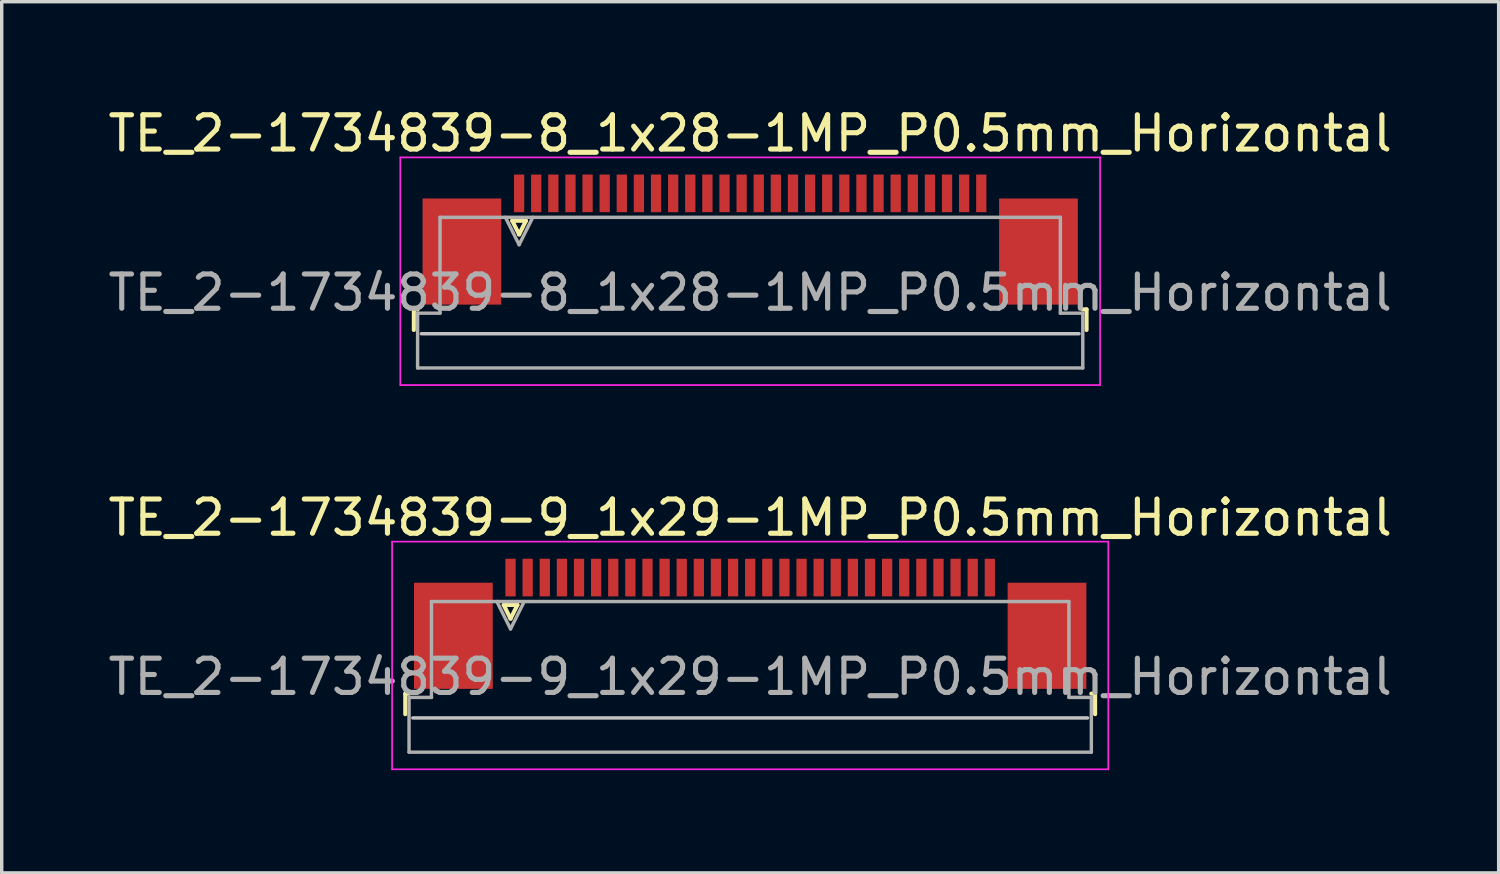
<source format=kicad_pcb>
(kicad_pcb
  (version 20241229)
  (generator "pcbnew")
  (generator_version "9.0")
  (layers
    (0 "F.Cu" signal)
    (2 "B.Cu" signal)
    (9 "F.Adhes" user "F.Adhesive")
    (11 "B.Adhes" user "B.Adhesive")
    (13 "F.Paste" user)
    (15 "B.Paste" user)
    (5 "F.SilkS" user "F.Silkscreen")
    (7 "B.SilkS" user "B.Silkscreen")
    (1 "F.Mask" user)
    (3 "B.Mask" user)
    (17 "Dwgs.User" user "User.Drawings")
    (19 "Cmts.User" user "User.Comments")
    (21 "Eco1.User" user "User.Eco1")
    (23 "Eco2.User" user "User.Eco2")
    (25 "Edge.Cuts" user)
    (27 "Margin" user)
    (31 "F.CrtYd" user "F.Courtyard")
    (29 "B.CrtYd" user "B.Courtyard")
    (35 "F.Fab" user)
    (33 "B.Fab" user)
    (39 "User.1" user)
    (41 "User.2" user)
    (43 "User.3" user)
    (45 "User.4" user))
  (footprint "TE_2-1734839-9_1x29-1MP_P0.5mm_Horizontal"
    (layer "F.Cu")
    (at 18.863 15.171)
    (property "Reference" "TE_2-1734839-9_1x29-1MP_P0.5mm_Horizontal" (at 0 -3.1 0) (layer "F.SilkS") (effects (font (size 1 1) (thickness 0.15))))
    (attr smd)
    (fp_line (start -10.075 2.04) (end -10.075 2.64) (stroke (width 0.12) (type solid)) (layer "F.SilkS"))
    (fp_line (start -9.965 2.04) (end -10.075 2.04) (stroke (width 0.12) (type solid)) (layer "F.SilkS"))
    (fp_line (start -7.2 -0.55) (end -7 -0.15) (stroke (width 0.12) (type solid)) (layer "F.SilkS"))
    (fp_line (start -7 -0.15) (end -6.8 -0.55) (stroke (width 0.12) (type solid)) (layer "F.SilkS"))
    (fp_line (start -6.8 -0.55) (end -7.2 -0.55) (stroke (width 0.12) (type solid)) (layer "F.SilkS"))
    (fp_line (start 9.965 2.04) (end 10.075 2.04) (stroke (width 0.12) (type solid)) (layer "F.SilkS"))
    (fp_line (start 10.075 2.04) (end 10.075 2.64) (stroke (width 0.12) (type solid)) (layer "F.SilkS"))
    (fp_line (start 9.855 2.75) (end -9.855 2.75) (stroke (width 0.1) (type solid)) (layer "Dwgs.User"))
    (fp_line (start -10.46 -2.4) (end -10.46 4.25) (stroke (width 0.05) (type solid)) (layer "F.CrtYd"))
    (fp_line (start -10.46 4.25) (end 10.46 4.25) (stroke (width 0.05) (type solid)) (layer "F.CrtYd"))
    (fp_line (start 10.46 -2.4) (end -10.46 -2.4) (stroke (width 0.05) (type solid)) (layer "F.CrtYd"))
    (fp_line (start 10.46 4.25) (end 10.46 -2.4) (stroke (width 0.05) (type solid)) (layer "F.CrtYd"))
    (fp_line (start -9.965 2.15) (end -9.31 2.15) (stroke (width 0.1) (type solid)) (layer "F.Fab"))
    (fp_line (start -9.965 3.75) (end -9.965 2.15) (stroke (width 0.1) (type solid)) (layer "F.Fab"))
    (fp_line (start -9.31 -0.65) (end 9.31 -0.65) (stroke (width 0.1) (type solid)) (layer "F.Fab"))
    (fp_line (start -9.31 2.15) (end -9.31 -0.65) (stroke (width 0.1) (type solid)) (layer "F.Fab"))
    (fp_line (start -7.4 -0.65) (end -7 0.15) (stroke (width 0.1) (type solid)) (layer "F.Fab"))
    (fp_line (start -7 0.15) (end -6.6 -0.65) (stroke (width 0.1) (type solid)) (layer "F.Fab"))
    (fp_line (start 9.31 -0.65) (end 9.31 2.15) (stroke (width 0.1) (type solid)) (layer "F.Fab"))
    (fp_line (start 9.31 2.15) (end 9.965 2.15) (stroke (width 0.1) (type solid)) (layer "F.Fab"))
    (fp_line (start 9.965 2.15) (end 9.965 3.75) (stroke (width 0.1) (type solid)) (layer "F.Fab"))
    (fp_line (start 9.965 3.75) (end -9.965 3.75) (stroke (width 0.1) (type solid)) (layer "F.Fab"))
    (fp_text user "${REFERENCE}" (at 0 1.55 0) (layer "F.Fab") (effects (font (size 1 1) (thickness 0.15))))
    (pad "1" smd rect (at -7 -1.35) (size 0.3 1.1) (layers "F.Cu" "F.Mask" "F.Paste"))
    (pad "2" smd rect (at -6.5 -1.35) (size 0.3 1.1) (layers "F.Cu" "F.Mask" "F.Paste"))
    (pad "3" smd rect (at -6 -1.35) (size 0.3 1.1) (layers "F.Cu" "F.Mask" "F.Paste"))
    (pad "4" smd rect (at -5.5 -1.35) (size 0.3 1.1) (layers "F.Cu" "F.Mask" "F.Paste"))
    (pad "5" smd rect (at -5 -1.35) (size 0.3 1.1) (layers "F.Cu" "F.Mask" "F.Paste"))
    (pad "6" smd rect (at -4.5 -1.35) (size 0.3 1.1) (layers "F.Cu" "F.Mask" "F.Paste"))
    (pad "7" smd rect (at -4 -1.35) (size 0.3 1.1) (layers "F.Cu" "F.Mask" "F.Paste"))
    (pad "8" smd rect (at -3.5 -1.35) (size 0.3 1.1) (layers "F.Cu" "F.Mask" "F.Paste"))
    (pad "9" smd rect (at -3 -1.35) (size 0.3 1.1) (layers "F.Cu" "F.Mask" "F.Paste"))
    (pad "10" smd rect (at -2.5 -1.35) (size 0.3 1.1) (layers "F.Cu" "F.Mask" "F.Paste"))
    (pad "11" smd rect (at -2 -1.35) (size 0.3 1.1) (layers "F.Cu" "F.Mask" "F.Paste"))
    (pad "12" smd rect (at -1.5 -1.35) (size 0.3 1.1) (layers "F.Cu" "F.Mask" "F.Paste"))
    (pad "13" smd rect (at -1 -1.35) (size 0.3 1.1) (layers "F.Cu" "F.Mask" "F.Paste"))
    (pad "14" smd rect (at -0.5 -1.35) (size 0.3 1.1) (layers "F.Cu" "F.Mask" "F.Paste"))
    (pad "15" smd rect (at 0 -1.35) (size 0.3 1.1) (layers "F.Cu" "F.Mask" "F.Paste"))
    (pad "16" smd rect (at 0.5 -1.35) (size 0.3 1.1) (layers "F.Cu" "F.Mask" "F.Paste"))
    (pad "17" smd rect (at 1 -1.35) (size 0.3 1.1) (layers "F.Cu" "F.Mask" "F.Paste"))
    (pad "18" smd rect (at 1.5 -1.35) (size 0.3 1.1) (layers "F.Cu" "F.Mask" "F.Paste"))
    (pad "19" smd rect (at 2 -1.35) (size 0.3 1.1) (layers "F.Cu" "F.Mask" "F.Paste"))
    (pad "20" smd rect (at 2.5 -1.35) (size 0.3 1.1) (layers "F.Cu" "F.Mask" "F.Paste"))
    (pad "21" smd rect (at 3 -1.35) (size 0.3 1.1) (layers "F.Cu" "F.Mask" "F.Paste"))
    (pad "22" smd rect (at 3.5 -1.35) (size 0.3 1.1) (layers "F.Cu" "F.Mask" "F.Paste"))
    (pad "23" smd rect (at 4 -1.35) (size 0.3 1.1) (layers "F.Cu" "F.Mask" "F.Paste"))
    (pad "24" smd rect (at 4.5 -1.35) (size 0.3 1.1) (layers "F.Cu" "F.Mask" "F.Paste"))
    (pad "25" smd rect (at 5 -1.35) (size 0.3 1.1) (layers "F.Cu" "F.Mask" "F.Paste"))
    (pad "26" smd rect (at 5.5 -1.35) (size 0.3 1.1) (layers "F.Cu" "F.Mask" "F.Paste"))
    (pad "27" smd rect (at 6 -1.35) (size 0.3 1.1) (layers "F.Cu" "F.Mask" "F.Paste"))
    (pad "28" smd rect (at 6.5 -1.35) (size 0.3 1.1) (layers "F.Cu" "F.Mask" "F.Paste"))
    (pad "29" smd rect (at 7 -1.35) (size 0.3 1.1) (layers "F.Cu" "F.Mask" "F.Paste"))
    (pad "MP" smd rect (at -8.67 0.35) (size 2.3 3.1) (layers "F.Cu" "F.Mask" "F.Paste"))
    (pad "MP" smd rect (at 8.67 0.35) (size 2.3 3.1) (layers "F.Cu" "F.Mask" "F.Paste")))
  (footprint "TE_2-1734839-8_1x28-1MP_P0.5mm_Horizontal"
    (layer "F.Cu")
    (at 18.863 3.948)
    (property "Reference" "TE_2-1734839-8_1x28-1MP_P0.5mm_Horizontal" (at 0 -3.1 0) (layer "F.SilkS") (effects (font (size 1 1) (thickness 0.15))))
    (attr smd)
    (fp_line (start -9.825 2.04) (end -9.825 2.64) (stroke (width 0.12) (type solid)) (layer "F.SilkS"))
    (fp_line (start -9.715 2.04) (end -9.825 2.04) (stroke (width 0.12) (type solid)) (layer "F.SilkS"))
    (fp_line (start -6.95 -0.55) (end -6.75 -0.15) (stroke (width 0.12) (type solid)) (layer "F.SilkS"))
    (fp_line (start -6.75 -0.15) (end -6.55 -0.55) (stroke (width 0.12) (type solid)) (layer "F.SilkS"))
    (fp_line (start -6.55 -0.55) (end -6.95 -0.55) (stroke (width 0.12) (type solid)) (layer "F.SilkS"))
    (fp_line (start 9.715 2.04) (end 9.825 2.04) (stroke (width 0.12) (type solid)) (layer "F.SilkS"))
    (fp_line (start 9.825 2.04) (end 9.825 2.64) (stroke (width 0.12) (type solid)) (layer "F.SilkS"))
    (fp_line (start 9.605 2.75) (end -9.605 2.75) (stroke (width 0.1) (type solid)) (layer "Dwgs.User"))
    (fp_line (start -10.22 -2.4) (end -10.22 4.25) (stroke (width 0.05) (type solid)) (layer "F.CrtYd"))
    (fp_line (start -10.22 4.25) (end 10.22 4.25) (stroke (width 0.05) (type solid)) (layer "F.CrtYd"))
    (fp_line (start 10.22 -2.4) (end -10.22 -2.4) (stroke (width 0.05) (type solid)) (layer "F.CrtYd"))
    (fp_line (start 10.22 4.25) (end 10.22 -2.4) (stroke (width 0.05) (type solid)) (layer "F.CrtYd"))
    (fp_line (start -9.715 2.15) (end -9.06 2.15) (stroke (width 0.1) (type solid)) (layer "F.Fab"))
    (fp_line (start -9.715 3.75) (end -9.715 2.15) (stroke (width 0.1) (type solid)) (layer "F.Fab"))
    (fp_line (start -9.06 -0.65) (end 9.06 -0.65) (stroke (width 0.1) (type solid)) (layer "F.Fab"))
    (fp_line (start -9.06 2.15) (end -9.06 -0.65) (stroke (width 0.1) (type solid)) (layer "F.Fab"))
    (fp_line (start -7.15 -0.65) (end -6.75 0.15) (stroke (width 0.1) (type solid)) (layer "F.Fab"))
    (fp_line (start -6.75 0.15) (end -6.35 -0.65) (stroke (width 0.1) (type solid)) (layer "F.Fab"))
    (fp_line (start 9.06 -0.65) (end 9.06 2.15) (stroke (width 0.1) (type solid)) (layer "F.Fab"))
    (fp_line (start 9.06 2.15) (end 9.715 2.15) (stroke (width 0.1) (type solid)) (layer "F.Fab"))
    (fp_line (start 9.715 2.15) (end 9.715 3.75) (stroke (width 0.1) (type solid)) (layer "F.Fab"))
    (fp_line (start 9.715 3.75) (end -9.715 3.75) (stroke (width 0.1) (type solid)) (layer "F.Fab"))
    (fp_text user "${REFERENCE}" (at 0 1.55 0) (layer "F.Fab") (effects (font (size 1 1) (thickness 0.15))))
    (pad "1" smd rect (at -6.75 -1.35) (size 0.3 1.1) (layers "F.Cu" "F.Mask" "F.Paste"))
    (pad "2" smd rect (at -6.25 -1.35) (size 0.3 1.1) (layers "F.Cu" "F.Mask" "F.Paste"))
    (pad "3" smd rect (at -5.75 -1.35) (size 0.3 1.1) (layers "F.Cu" "F.Mask" "F.Paste"))
    (pad "4" smd rect (at -5.25 -1.35) (size 0.3 1.1) (layers "F.Cu" "F.Mask" "F.Paste"))
    (pad "5" smd rect (at -4.75 -1.35) (size 0.3 1.1) (layers "F.Cu" "F.Mask" "F.Paste"))
    (pad "6" smd rect (at -4.25 -1.35) (size 0.3 1.1) (layers "F.Cu" "F.Mask" "F.Paste"))
    (pad "7" smd rect (at -3.75 -1.35) (size 0.3 1.1) (layers "F.Cu" "F.Mask" "F.Paste"))
    (pad "8" smd rect (at -3.25 -1.35) (size 0.3 1.1) (layers "F.Cu" "F.Mask" "F.Paste"))
    (pad "9" smd rect (at -2.75 -1.35) (size 0.3 1.1) (layers "F.Cu" "F.Mask" "F.Paste"))
    (pad "10" smd rect (at -2.25 -1.35) (size 0.3 1.1) (layers "F.Cu" "F.Mask" "F.Paste"))
    (pad "11" smd rect (at -1.75 -1.35) (size 0.3 1.1) (layers "F.Cu" "F.Mask" "F.Paste"))
    (pad "12" smd rect (at -1.25 -1.35) (size 0.3 1.1) (layers "F.Cu" "F.Mask" "F.Paste"))
    (pad "13" smd rect (at -0.75 -1.35) (size 0.3 1.1) (layers "F.Cu" "F.Mask" "F.Paste"))
    (pad "14" smd rect (at -0.25 -1.35) (size 0.3 1.1) (layers "F.Cu" "F.Mask" "F.Paste"))
    (pad "15" smd rect (at 0.25 -1.35) (size 0.3 1.1) (layers "F.Cu" "F.Mask" "F.Paste"))
    (pad "16" smd rect (at 0.75 -1.35) (size 0.3 1.1) (layers "F.Cu" "F.Mask" "F.Paste"))
    (pad "17" smd rect (at 1.25 -1.35) (size 0.3 1.1) (layers "F.Cu" "F.Mask" "F.Paste"))
    (pad "18" smd rect (at 1.75 -1.35) (size 0.3 1.1) (layers "F.Cu" "F.Mask" "F.Paste"))
    (pad "19" smd rect (at 2.25 -1.35) (size 0.3 1.1) (layers "F.Cu" "F.Mask" "F.Paste"))
    (pad "20" smd rect (at 2.75 -1.35) (size 0.3 1.1) (layers "F.Cu" "F.Mask" "F.Paste"))
    (pad "21" smd rect (at 3.25 -1.35) (size 0.3 1.1) (layers "F.Cu" "F.Mask" "F.Paste"))
    (pad "22" smd rect (at 3.75 -1.35) (size 0.3 1.1) (layers "F.Cu" "F.Mask" "F.Paste"))
    (pad "23" smd rect (at 4.25 -1.35) (size 0.3 1.1) (layers "F.Cu" "F.Mask" "F.Paste"))
    (pad "24" smd rect (at 4.75 -1.35) (size 0.3 1.1) (layers "F.Cu" "F.Mask" "F.Paste"))
    (pad "25" smd rect (at 5.25 -1.35) (size 0.3 1.1) (layers "F.Cu" "F.Mask" "F.Paste"))
    (pad "26" smd rect (at 5.75 -1.35) (size 0.3 1.1) (layers "F.Cu" "F.Mask" "F.Paste"))
    (pad "27" smd rect (at 6.25 -1.35) (size 0.3 1.1) (layers "F.Cu" "F.Mask" "F.Paste"))
    (pad "28" smd rect (at 6.75 -1.35) (size 0.3 1.1) (layers "F.Cu" "F.Mask" "F.Paste"))
    (pad "MP" smd rect (at -8.42 0.35) (size 2.3 3.1) (layers "F.Cu" "F.Mask" "F.Paste"))
    (pad "MP" smd rect (at 8.42 0.35) (size 2.3 3.1) (layers "F.Cu" "F.Mask" "F.Paste")))
  (gr_rect
    (start -3 -3)
    (end 40.726 22.447)
    (stroke (width 0.1) (type default))
    (fill no)
    (layer "Edge.Cuts")))
</source>
